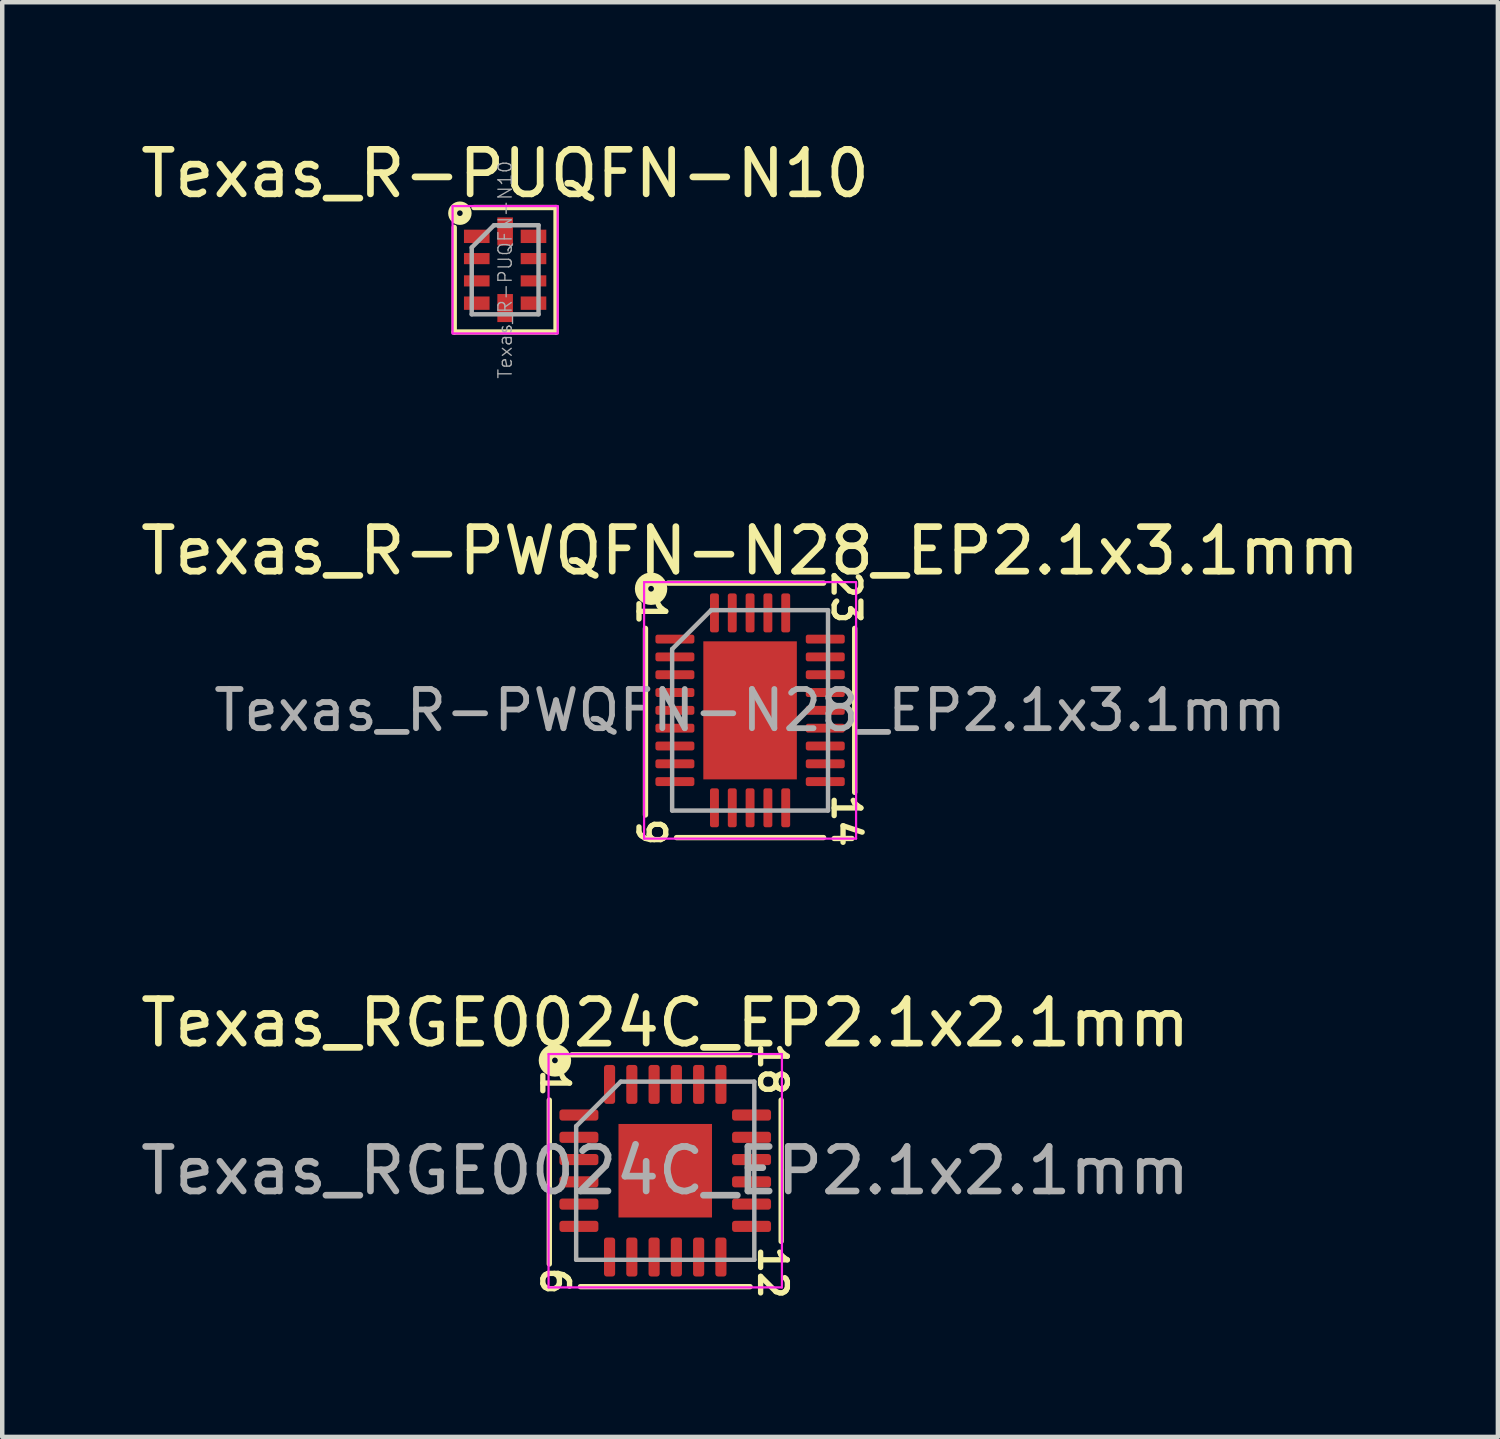
<source format=kicad_pcb>
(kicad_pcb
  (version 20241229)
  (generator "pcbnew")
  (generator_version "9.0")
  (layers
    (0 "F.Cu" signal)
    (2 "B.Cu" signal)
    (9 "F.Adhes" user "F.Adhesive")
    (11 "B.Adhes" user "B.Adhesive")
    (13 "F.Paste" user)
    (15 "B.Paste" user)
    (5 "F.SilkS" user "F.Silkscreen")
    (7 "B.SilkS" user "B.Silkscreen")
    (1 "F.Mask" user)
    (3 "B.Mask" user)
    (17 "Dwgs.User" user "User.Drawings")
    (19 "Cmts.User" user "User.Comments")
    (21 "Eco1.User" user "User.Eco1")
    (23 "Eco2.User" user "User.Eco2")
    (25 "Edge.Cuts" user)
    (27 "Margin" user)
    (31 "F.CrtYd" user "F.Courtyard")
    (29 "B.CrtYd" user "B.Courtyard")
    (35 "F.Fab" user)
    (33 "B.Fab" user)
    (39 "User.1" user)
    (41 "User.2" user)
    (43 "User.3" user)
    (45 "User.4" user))
  (footprint "Texas_R-PUQFN-N10"
    (layer "F.Cu")
    (at 8.292 3.007)
    (property "Reference" "Texas_R-PUQFN-N10" (at 0 -2.159 0) (layer "F.SilkS") (effects (font (size 1 1) (thickness 0.15))))
    (attr smd)
    (fp_line (start -1.143 -0.953) (end -1.143 1.397) (stroke (width 0.12) (type solid)) (layer "F.SilkS"))
    (fp_line (start -1.143 1.397) (end 1.143 1.397) (stroke (width 0.12) (type solid)) (layer "F.SilkS"))
    (fp_line (start 1.143 -1.397) (end -0.699 -1.397) (stroke (width 0.12) (type solid)) (layer "F.SilkS"))
    (fp_line (start 1.143 1.397) (end 1.143 -1.397) (stroke (width 0.12) (type solid)) (layer "F.SilkS"))
    (fp_circle (center -1.016 -1.27) (end -0.953 -1.27) (stroke (width 0.2) (type solid)) (fill no) (layer "F.SilkS"))
    (fp_line (start -1.18 -1.43) (end 1.18 -1.43) (stroke (width 0.05) (type solid)) (layer "F.CrtYd"))
    (fp_line (start -1.18 1.43) (end -1.18 -1.43) (stroke (width 0.05) (type solid)) (layer "F.CrtYd"))
    (fp_line (start 1.18 -1.43) (end 1.18 1.43) (stroke (width 0.05) (type solid)) (layer "F.CrtYd"))
    (fp_line (start 1.18 1.43) (end -1.18 1.43) (stroke (width 0.05) (type solid)) (layer "F.CrtYd"))
    (fp_line (start -0.75 1) (end -0.75 -0.5) (stroke (width 0.1) (type solid)) (layer "F.Fab"))
    (fp_line (start -0.25 -1) (end -0.75 -0.5) (stroke (width 0.1) (type solid)) (layer "F.Fab"))
    (fp_line (start -0.25 -1) (end 0.75 -1) (stroke (width 0.1) (type solid)) (layer "F.Fab"))
    (fp_line (start 0.75 -1) (end 0.75 1) (stroke (width 0.1) (type solid)) (layer "F.Fab"))
    (fp_line (start 0.75 1) (end -0.75 1) (stroke (width 0.1) (type solid)) (layer "F.Fab"))
    (fp_text user "${REFERENCE}" (at 0 0 270) (layer "F.Fab") (effects (font (size 0.3 0.3) (thickness 0.03))))
    (pad "1" smd rect (at -0.35 -0.75 270) (size 0.3 0.575) (drill (offset 0 0.287)) (layers "F.Cu" "F.Mask" "F.Paste"))
    (pad "2" smd rect (at -0.35 -0.25 270) (size 0.25 0.575) (drill (offset 0 0.287)) (layers "F.Cu" "F.Mask" "F.Paste"))
    (pad "3" smd rect (at -0.35 0.25 270) (size 0.25 0.575) (drill (offset 0 0.287)) (layers "F.Cu" "F.Mask" "F.Paste"))
    (pad "4" smd rect (at -0.35 0.75 270) (size 0.3 0.575) (drill (offset 0 0.287)) (layers "F.Cu" "F.Mask" "F.Paste"))
    (pad "5" smd rect (at 0 1.175 90) (size 0.63 0.35) (drill (offset 0.315 0)) (layers "F.Cu" "F.Mask" "F.Paste"))
    (pad "6" smd rect (at 0.35 0.75 90) (size 0.3 0.575) (drill (offset 0 0.287)) (layers "F.Cu" "F.Mask" "F.Paste"))
    (pad "7" smd rect (at 0.35 0.25 90) (size 0.25 0.575) (drill (offset 0 0.287)) (layers "F.Cu" "F.Mask" "F.Paste"))
    (pad "8" smd rect (at 0.35 -0.25 90) (size 0.25 0.575) (drill (offset 0 0.287)) (layers "F.Cu" "F.Mask" "F.Paste"))
    (pad "9" smd rect (at 0.35 -0.75 90) (size 0.3 0.575) (drill (offset 0 0.287)) (layers "F.Cu" "F.Mask" "F.Paste"))
    (pad "10" smd rect (at 0 -1.175 270) (size 0.63 0.35) (drill (offset 0.315 0)) (layers "F.Cu" "F.Mask" "F.Paste")))
  (footprint "Texas_RGE0024C_EP2.1x2.1mm"
    (layer "F.Cu")
    (at 11.887 23.237)
    (property "Reference" "Texas_RGE0024C_EP2.1x2.1mm" (at 0 -3.32 0) (layer "F.SilkS") (effects (font (size 1 1) (thickness 0.15))))
    (attr smd)
    (fp_line (start -2.603 -1.587) (end -2.603 2.095) (stroke (width 0.12) (type solid)) (layer "F.SilkS"))
    (fp_line (start -1.905 2.603) (end 1.905 2.603) (stroke (width 0.12) (type solid)) (layer "F.SilkS"))
    (fp_line (start 1.905 -2.603) (end -2.095 -2.603) (stroke (width 0.12) (type solid)) (layer "F.SilkS"))
    (fp_line (start 2.603 1.587) (end 2.603 -1.587) (stroke (width 0.12) (type solid)) (layer "F.SilkS"))
    (fp_circle (center -2.477 -2.477) (end -2.413 -2.477) (stroke (width 0.3) (type solid)) (fill no) (layer "F.SilkS"))
    (fp_line (start -2.62 -2.62) (end -2.62 2.62) (stroke (width 0.05) (type solid)) (layer "F.CrtYd"))
    (fp_line (start -2.62 2.62) (end 2.62 2.62) (stroke (width 0.05) (type solid)) (layer "F.CrtYd"))
    (fp_line (start 2.62 -2.62) (end -2.62 -2.62) (stroke (width 0.05) (type solid)) (layer "F.CrtYd"))
    (fp_line (start 2.62 2.62) (end 2.62 -2.62) (stroke (width 0.05) (type solid)) (layer "F.CrtYd"))
    (fp_line (start -2 -1) (end -1 -2) (stroke (width 0.1) (type solid)) (layer "F.Fab"))
    (fp_line (start -2 2) (end -2 -1) (stroke (width 0.1) (type solid)) (layer "F.Fab"))
    (fp_line (start -1 -2) (end 2 -2) (stroke (width 0.1) (type solid)) (layer "F.Fab"))
    (fp_line (start 2 -2) (end 2 2) (stroke (width 0.1) (type solid)) (layer "F.Fab"))
    (fp_line (start 2 2) (end -2 2) (stroke (width 0.1) (type solid)) (layer "F.Fab"))
    (fp_text user "18" (at 2.413 -2.286 270) (unlocked yes) (layer "F.SilkS") (effects (font (size 0.6 0.6) (thickness 0.12))))
    (fp_text user "1" (at -2.477 -1.968 270) (unlocked yes) (layer "F.SilkS") (effects (font (size 0.6 0.6) (thickness 0.12))))
    (fp_text user "6" (at -2.477 2.477 270) (unlocked yes) (layer "F.SilkS") (effects (font (size 0.6 0.6) (thickness 0.12))))
    (fp_text user "12" (at 2.413 2.286 270) (unlocked yes) (layer "F.SilkS") (effects (font (size 0.6 0.6) (thickness 0.12))))
    (fp_text user "${REFERENCE}" (at 0 0 0) (layer "F.Fab") (effects (font (size 1 1) (thickness 0.15))))
    (pad "" smd roundrect (at -0.525 -0.525) (size 0.85 0.85) (layers "F.Paste") (roundrect_rratio 0.25))
    (pad "" smd roundrect (at -0.525 0.525) (size 0.85 0.85) (layers "F.Paste") (roundrect_rratio 0.25))
    (pad "" smd roundrect (at 0.525 -0.525) (size 0.85 0.85) (layers "F.Paste") (roundrect_rratio 0.25))
    (pad "" smd roundrect (at 0.525 0.525) (size 0.85 0.85) (layers "F.Paste") (roundrect_rratio 0.25))
    (pad "1" smd roundrect (at -1.938 -1.25) (size 0.875 0.25) (layers "F.Cu" "F.Mask" "F.Paste") (roundrect_rratio 0.25))
    (pad "2" smd roundrect (at -1.938 -0.75) (size 0.875 0.25) (layers "F.Cu" "F.Mask" "F.Paste") (roundrect_rratio 0.25))
    (pad "3" smd roundrect (at -1.938 -0.25) (size 0.875 0.25) (layers "F.Cu" "F.Mask" "F.Paste") (roundrect_rratio 0.25))
    (pad "4" smd roundrect (at -1.938 0.25) (size 0.875 0.25) (layers "F.Cu" "F.Mask" "F.Paste") (roundrect_rratio 0.25))
    (pad "5" smd roundrect (at -1.938 0.75) (size 0.875 0.25) (layers "F.Cu" "F.Mask" "F.Paste") (roundrect_rratio 0.25))
    (pad "6" smd roundrect (at -1.938 1.25) (size 0.875 0.25) (layers "F.Cu" "F.Mask" "F.Paste") (roundrect_rratio 0.25))
    (pad "7" smd roundrect (at -1.25 1.938) (size 0.25 0.875) (layers "F.Cu" "F.Mask" "F.Paste") (roundrect_rratio 0.25))
    (pad "8" smd roundrect (at -0.75 1.938) (size 0.25 0.875) (layers "F.Cu" "F.Mask" "F.Paste") (roundrect_rratio 0.25))
    (pad "9" smd roundrect (at -0.25 1.938) (size 0.25 0.875) (layers "F.Cu" "F.Mask" "F.Paste") (roundrect_rratio 0.25))
    (pad "10" smd roundrect (at 0.25 1.938) (size 0.25 0.875) (layers "F.Cu" "F.Mask" "F.Paste") (roundrect_rratio 0.25))
    (pad "11" smd roundrect (at 0.75 1.938) (size 0.25 0.875) (layers "F.Cu" "F.Mask" "F.Paste") (roundrect_rratio 0.25))
    (pad "12" smd roundrect (at 1.25 1.938) (size 0.25 0.875) (layers "F.Cu" "F.Mask" "F.Paste") (roundrect_rratio 0.25))
    (pad "13" smd roundrect (at 1.938 1.25) (size 0.875 0.25) (layers "F.Cu" "F.Mask" "F.Paste") (roundrect_rratio 0.25))
    (pad "14" smd roundrect (at 1.938 0.75) (size 0.875 0.25) (layers "F.Cu" "F.Mask" "F.Paste") (roundrect_rratio 0.25))
    (pad "15" smd roundrect (at 1.938 0.25) (size 0.875 0.25) (layers "F.Cu" "F.Mask" "F.Paste") (roundrect_rratio 0.25))
    (pad "16" smd roundrect (at 1.938 -0.25) (size 0.875 0.25) (layers "F.Cu" "F.Mask" "F.Paste") (roundrect_rratio 0.25))
    (pad "17" smd roundrect (at 1.938 -0.75) (size 0.875 0.25) (layers "F.Cu" "F.Mask" "F.Paste") (roundrect_rratio 0.25))
    (pad "18" smd roundrect (at 1.938 -1.25) (size 0.875 0.25) (layers "F.Cu" "F.Mask" "F.Paste") (roundrect_rratio 0.25))
    (pad "19" smd roundrect (at 1.25 -1.938) (size 0.25 0.875) (layers "F.Cu" "F.Mask" "F.Paste") (roundrect_rratio 0.25))
    (pad "20" smd roundrect (at 0.75 -1.938) (size 0.25 0.875) (layers "F.Cu" "F.Mask" "F.Paste") (roundrect_rratio 0.25))
    (pad "21" smd roundrect (at 0.25 -1.938) (size 0.25 0.875) (layers "F.Cu" "F.Mask" "F.Paste") (roundrect_rratio 0.25))
    (pad "22" smd roundrect (at -0.25 -1.938) (size 0.25 0.875) (layers "F.Cu" "F.Mask" "F.Paste") (roundrect_rratio 0.25))
    (pad "23" smd roundrect (at -0.75 -1.938) (size 0.25 0.875) (layers "F.Cu" "F.Mask" "F.Paste") (roundrect_rratio 0.25))
    (pad "24" smd roundrect (at -1.25 -1.938) (size 0.25 0.875) (layers "F.Cu" "F.Mask" "F.Paste") (roundrect_rratio 0.25))
    (pad "25" smd rect (at 0 0) (size 2.1 2.1) (layers "F.Cu" "F.Mask")))
  (footprint "Texas_R-PWQFN-N28_EP2.1x3.1mm"
    (layer "F.Cu")
    (at 13.792 12.9)
    (property "Reference" "Texas_R-PWQFN-N28_EP2.1x3.1mm" (at 0 -3.58 0) (layer "F.SilkS") (effects (font (size 1 1) (thickness 0.15))))
    (attr smd)
    (fp_line (start -2.349 -1.841) (end -2.349 2.349) (stroke (width 0.12) (type solid)) (layer "F.SilkS"))
    (fp_line (start -1.651 2.857) (end 1.651 2.857) (stroke (width 0.12) (type solid)) (layer "F.SilkS"))
    (fp_line (start 1.651 -2.857) (end -1.841 -2.857) (stroke (width 0.12) (type solid)) (layer "F.SilkS"))
    (fp_line (start 2.349 1.841) (end 2.349 -1.841) (stroke (width 0.12) (type solid)) (layer "F.SilkS"))
    (fp_circle (center -2.223 -2.731) (end -2.159 -2.731) (stroke (width 0.3) (type solid)) (fill no) (layer "F.SilkS"))
    (fp_line (start -2.38 -2.88) (end -2.38 2.88) (stroke (width 0.05) (type solid)) (layer "F.CrtYd"))
    (fp_line (start -2.38 2.88) (end 2.38 2.88) (stroke (width 0.05) (type solid)) (layer "F.CrtYd"))
    (fp_line (start 2.38 -2.88) (end -2.38 -2.88) (stroke (width 0.05) (type solid)) (layer "F.CrtYd"))
    (fp_line (start 2.38 2.88) (end 2.38 -2.88) (stroke (width 0.05) (type solid)) (layer "F.CrtYd"))
    (fp_line (start -1.75 -1.375) (end -0.875 -2.25) (stroke (width 0.1) (type solid)) (layer "F.Fab"))
    (fp_line (start -1.75 2.25) (end -1.75 -1.375) (stroke (width 0.1) (type solid)) (layer "F.Fab"))
    (fp_line (start -0.875 -2.25) (end 1.75 -2.25) (stroke (width 0.1) (type solid)) (layer "F.Fab"))
    (fp_line (start 1.75 -2.25) (end 1.75 2.25) (stroke (width 0.1) (type solid)) (layer "F.Fab"))
    (fp_line (start 1.75 2.25) (end -1.75 2.25) (stroke (width 0.1) (type solid)) (layer "F.Fab"))
    (fp_text user "1" (at -2.223 -2.223 270) (unlocked yes) (layer "F.SilkS") (effects (font (size 0.6 0.6) (thickness 0.12))))
    (fp_text user "23" (at 2.159 -2.54 270) (unlocked yes) (layer "F.SilkS") (effects (font (size 0.6 0.6) (thickness 0.12))))
    (fp_text user "14" (at 2.159 2.477 270) (unlocked yes) (layer "F.SilkS") (effects (font (size 0.6 0.6) (thickness 0.12))))
    (fp_text user "9" (at -2.223 2.731 270) (unlocked yes) (layer "F.SilkS") (effects (font (size 0.6 0.6) (thickness 0.12))))
    (fp_text user "${REFERENCE}" (at 0 0 0) (layer "F.Fab") (effects (font (size 0.88 0.88) (thickness 0.13))))
    (pad "" smd roundrect (at -0.525 -0.775) (size 0.85 1.25) (layers "F.Paste") (roundrect_rratio 0.25))
    (pad "" smd roundrect (at -0.525 0.775) (size 0.85 1.25) (layers "F.Paste") (roundrect_rratio 0.25))
    (pad "" smd roundrect (at 0.525 -0.775) (size 0.85 1.25) (layers "F.Paste") (roundrect_rratio 0.25))
    (pad "" smd roundrect (at 0.525 0.775) (size 0.85 1.25) (layers "F.Paste") (roundrect_rratio 0.25))
    (pad "1" smd roundrect (at -1.688 -1.6) (size 0.875 0.2) (layers "F.Cu" "F.Mask" "F.Paste") (roundrect_rratio 0.25))
    (pad "2" smd roundrect (at -1.688 -1.2) (size 0.875 0.2) (layers "F.Cu" "F.Mask" "F.Paste") (roundrect_rratio 0.25))
    (pad "3" smd roundrect (at -1.688 -0.8) (size 0.875 0.2) (layers "F.Cu" "F.Mask" "F.Paste") (roundrect_rratio 0.25))
    (pad "4" smd roundrect (at -1.688 -0.4) (size 0.875 0.2) (layers "F.Cu" "F.Mask" "F.Paste") (roundrect_rratio 0.25))
    (pad "5" smd roundrect (at -1.688 0) (size 0.875 0.2) (layers "F.Cu" "F.Mask" "F.Paste") (roundrect_rratio 0.25))
    (pad "6" smd roundrect (at -1.688 0.4) (size 0.875 0.2) (layers "F.Cu" "F.Mask" "F.Paste") (roundrect_rratio 0.25))
    (pad "7" smd roundrect (at -1.688 0.8) (size 0.875 0.2) (layers "F.Cu" "F.Mask" "F.Paste") (roundrect_rratio 0.25))
    (pad "8" smd roundrect (at -1.688 1.2) (size 0.875 0.2) (layers "F.Cu" "F.Mask" "F.Paste") (roundrect_rratio 0.25))
    (pad "9" smd roundrect (at -1.688 1.6) (size 0.875 0.2) (layers "F.Cu" "F.Mask" "F.Paste") (roundrect_rratio 0.25))
    (pad "10" smd roundrect (at -0.8 2.188) (size 0.2 0.875) (layers "F.Cu" "F.Mask" "F.Paste") (roundrect_rratio 0.25))
    (pad "11" smd roundrect (at -0.4 2.188) (size 0.2 0.875) (layers "F.Cu" "F.Mask" "F.Paste") (roundrect_rratio 0.25))
    (pad "12" smd roundrect (at 0 2.188) (size 0.2 0.875) (layers "F.Cu" "F.Mask" "F.Paste") (roundrect_rratio 0.25))
    (pad "13" smd roundrect (at 0.4 2.188) (size 0.2 0.875) (layers "F.Cu" "F.Mask" "F.Paste") (roundrect_rratio 0.25))
    (pad "14" smd roundrect (at 0.8 2.188) (size 0.2 0.875) (layers "F.Cu" "F.Mask" "F.Paste") (roundrect_rratio 0.25))
    (pad "15" smd roundrect (at 1.688 1.6) (size 0.875 0.2) (layers "F.Cu" "F.Mask" "F.Paste") (roundrect_rratio 0.25))
    (pad "16" smd roundrect (at 1.688 1.2) (size 0.875 0.2) (layers "F.Cu" "F.Mask" "F.Paste") (roundrect_rratio 0.25))
    (pad "17" smd roundrect (at 1.688 0.8) (size 0.875 0.2) (layers "F.Cu" "F.Mask" "F.Paste") (roundrect_rratio 0.25))
    (pad "18" smd roundrect (at 1.688 0.4) (size 0.875 0.2) (layers "F.Cu" "F.Mask" "F.Paste") (roundrect_rratio 0.25))
    (pad "19" smd roundrect (at 1.688 0) (size 0.875 0.2) (layers "F.Cu" "F.Mask" "F.Paste") (roundrect_rratio 0.25))
    (pad "20" smd roundrect (at 1.688 -0.4) (size 0.875 0.2) (layers "F.Cu" "F.Mask" "F.Paste") (roundrect_rratio 0.25))
    (pad "21" smd roundrect (at 1.688 -0.8) (size 0.875 0.2) (layers "F.Cu" "F.Mask" "F.Paste") (roundrect_rratio 0.25))
    (pad "22" smd roundrect (at 1.688 -1.2) (size 0.875 0.2) (layers "F.Cu" "F.Mask" "F.Paste") (roundrect_rratio 0.25))
    (pad "23" smd roundrect (at 1.688 -1.6) (size 0.875 0.2) (layers "F.Cu" "F.Mask" "F.Paste") (roundrect_rratio 0.25))
    (pad "24" smd roundrect (at 0.8 -2.188) (size 0.2 0.875) (layers "F.Cu" "F.Mask" "F.Paste") (roundrect_rratio 0.25))
    (pad "25" smd roundrect (at 0.4 -2.188) (size 0.2 0.875) (layers "F.Cu" "F.Mask" "F.Paste") (roundrect_rratio 0.25))
    (pad "26" smd roundrect (at 0 -2.188) (size 0.2 0.875) (layers "F.Cu" "F.Mask" "F.Paste") (roundrect_rratio 0.25))
    (pad "27" smd roundrect (at -0.4 -2.188) (size 0.2 0.875) (layers "F.Cu" "F.Mask" "F.Paste") (roundrect_rratio 0.25))
    (pad "28" smd roundrect (at -0.8 -2.188) (size 0.2 0.875) (layers "F.Cu" "F.Mask" "F.Paste") (roundrect_rratio 0.25))
    (pad "29" smd rect (at 0 0) (size 2.1 3.1) (layers "F.Cu" "F.Mask")))
  (gr_rect
    (start -3 -3)
    (end 30.583 29.214)
    (stroke (width 0.1) (type default))
    (fill no)
    (layer "Edge.Cuts")))
</source>
